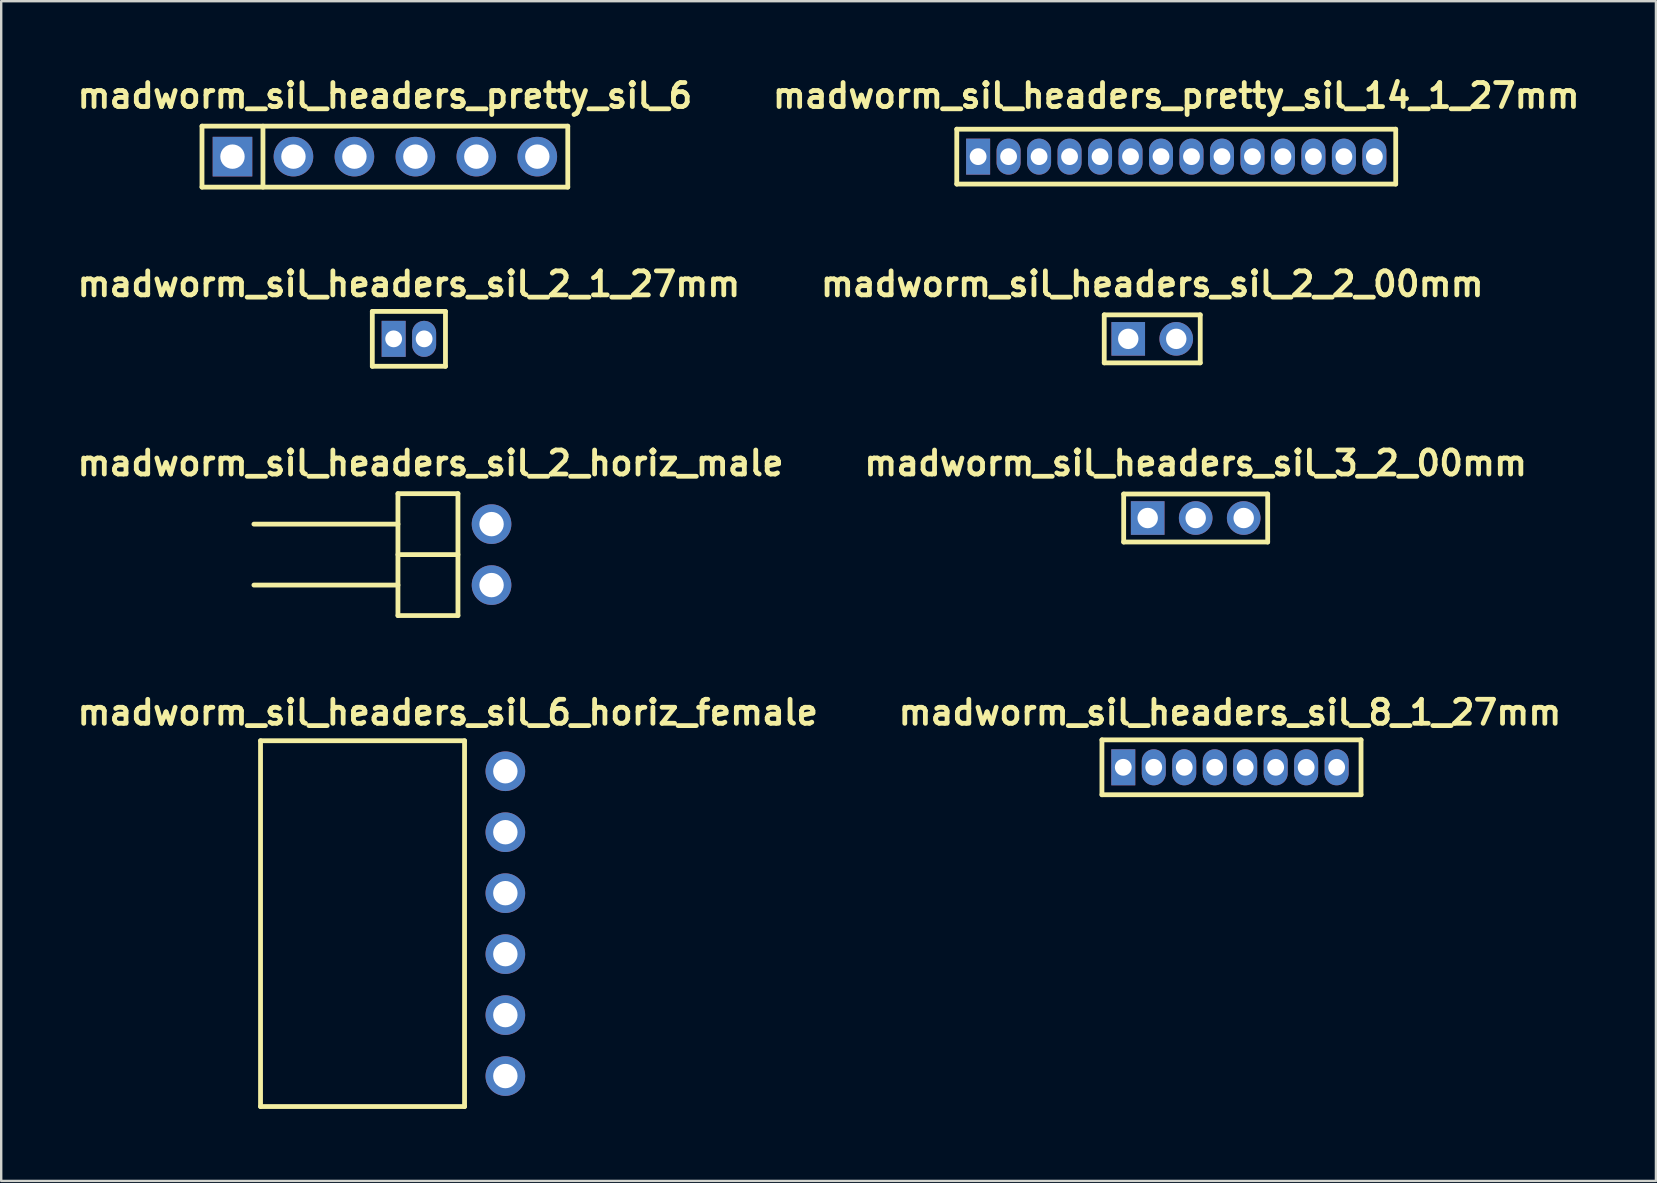
<source format=kicad_pcb>
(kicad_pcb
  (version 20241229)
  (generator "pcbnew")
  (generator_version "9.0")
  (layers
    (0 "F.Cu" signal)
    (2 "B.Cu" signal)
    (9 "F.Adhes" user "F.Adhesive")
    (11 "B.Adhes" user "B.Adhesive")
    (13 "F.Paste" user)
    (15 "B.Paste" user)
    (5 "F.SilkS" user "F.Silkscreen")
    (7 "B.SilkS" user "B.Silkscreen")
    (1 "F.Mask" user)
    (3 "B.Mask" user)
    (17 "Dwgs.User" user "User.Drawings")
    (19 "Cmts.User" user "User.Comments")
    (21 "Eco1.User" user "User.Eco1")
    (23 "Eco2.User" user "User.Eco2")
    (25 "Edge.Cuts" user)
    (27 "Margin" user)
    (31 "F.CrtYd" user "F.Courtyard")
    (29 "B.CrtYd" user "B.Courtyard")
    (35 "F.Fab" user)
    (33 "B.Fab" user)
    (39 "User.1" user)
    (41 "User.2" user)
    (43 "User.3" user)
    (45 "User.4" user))
  (footprint "madworm_sil_headers_pretty_sil_14_1_27mm"
    (layer "F.Cu")
    (at 45.957 3.476)
    (property "Reference" "madworm_sil_headers_pretty_sil_14_1_27mm" (at 0 -2.54 0) (layer "F.SilkS") (effects (font (size 1 1) (thickness 0.2))))
    (attr through_hole)
    (fp_line (start -9.144 -1.143) (end 9.144 -1.143) (stroke (width 0.2) (type solid)) (layer "F.SilkS"))
    (fp_line (start -9.144 1.143) (end -9.144 -1.143) (stroke (width 0.2) (type solid)) (layer "F.SilkS"))
    (fp_line (start 9.144 -1.143) (end 9.144 1.143) (stroke (width 0.2) (type solid)) (layer "F.SilkS"))
    (fp_line (start 9.144 1.143) (end -9.144 1.143) (stroke (width 0.2) (type solid)) (layer "F.SilkS"))
    (pad "1" thru_hole rect (at -8.255 0) (size 1 1.5) (drill 0.7) (layers "*.Cu" "*.Mask"))
    (pad "2" thru_hole oval (at -6.985 0) (size 1 1.5) (drill 0.7) (layers "*.Cu" "*.Mask"))
    (pad "3" thru_hole oval (at -5.715 0) (size 1 1.5) (drill 0.7) (layers "*.Cu" "*.Mask"))
    (pad "4" thru_hole oval (at -4.445 0) (size 1 1.5) (drill 0.7) (layers "*.Cu" "*.Mask"))
    (pad "5" thru_hole oval (at -3.175 0) (size 1 1.5) (drill 0.7) (layers "*.Cu" "*.Mask"))
    (pad "6" thru_hole oval (at -1.905 0) (size 1 1.5) (drill 0.7) (layers "*.Cu" "*.Mask"))
    (pad "7" thru_hole oval (at -0.635 0) (size 1 1.5) (drill 0.7) (layers "*.Cu" "*.Mask"))
    (pad "8" thru_hole oval (at 0.635 0) (size 1 1.5) (drill 0.7) (layers "*.Cu" "*.Mask"))
    (pad "9" thru_hole oval (at 1.905 0) (size 1 1.5) (drill 0.7) (layers "*.Cu" "*.Mask"))
    (pad "10" thru_hole oval (at 3.175 0) (size 1 1.5) (drill 0.7) (layers "*.Cu" "*.Mask"))
    (pad "11" thru_hole oval (at 4.445 0) (size 1 1.5) (drill 0.7) (layers "*.Cu" "*.Mask"))
    (pad "12" thru_hole oval (at 5.715 0) (size 1 1.5) (drill 0.7) (layers "*.Cu" "*.Mask"))
    (pad "13" thru_hole oval (at 6.985 0) (size 1 1.5) (drill 0.7) (layers "*.Cu" "*.Mask"))
    (pad "14" thru_hole oval (at 8.255 0) (size 1 1.5) (drill 0.7) (layers "*.Cu" "*.Mask")))
  (footprint "madworm_sil_headers_sil_2_1_27mm"
    (layer "F.Cu")
    (at 13.986 11.068)
    (property "Reference" "madworm_sil_headers_sil_2_1_27mm" (at 0 -2.286 0) (layer "F.SilkS") (effects (font (size 1 1) (thickness 0.2))))
    (attr through_hole)
    (fp_line (start -1.524 -1.143) (end 1.524 -1.143) (stroke (width 0.2) (type solid)) (layer "F.SilkS"))
    (fp_line (start -1.524 1.143) (end -1.524 -1.143) (stroke (width 0.2) (type solid)) (layer "F.SilkS"))
    (fp_line (start 1.524 -1.143) (end 1.524 1.143) (stroke (width 0.2) (type solid)) (layer "F.SilkS"))
    (fp_line (start 1.524 1.143) (end -1.524 1.143) (stroke (width 0.2) (type solid)) (layer "F.SilkS"))
    (pad "1" thru_hole rect (at -0.635 0) (size 1 1.5) (drill 0.7) (layers "*.Cu" "*.Mask"))
    (pad "2" thru_hole oval (at 0.635 0) (size 1 1.5) (drill 0.7) (layers "*.Cu" "*.Mask")))
  (footprint "madworm_sil_headers_pretty_sil_6"
    (layer "F.Cu")
    (at 12.986 3.476)
    (property "Reference" "madworm_sil_headers_pretty_sil_6" (at 0 -2.54 0) (layer "F.SilkS") (effects (font (size 1 1) (thickness 0.2))))
    (attr through_hole)
    (fp_line (start -7.62 -1.27) (end 7.62 -1.27) (stroke (width 0.2) (type solid)) (layer "F.SilkS"))
    (fp_line (start -7.62 1.27) (end -7.62 -1.27) (stroke (width 0.2) (type solid)) (layer "F.SilkS"))
    (fp_line (start -5.08 1.27) (end -5.08 -1.27) (stroke (width 0.2) (type solid)) (layer "F.SilkS"))
    (fp_line (start 7.62 -1.27) (end 7.62 1.27) (stroke (width 0.2) (type solid)) (layer "F.SilkS"))
    (fp_line (start 7.62 1.27) (end -7.62 1.27) (stroke (width 0.2) (type solid)) (layer "F.SilkS"))
    (pad "1" thru_hole rect (at -6.35 0) (size 1.65 1.65) (drill 1.016) (layers "*.Cu" "*.Mask"))
    (pad "2" thru_hole circle (at -3.81 0) (size 1.65 1.65) (drill 1.016) (layers "*.Cu" "*.Mask"))
    (pad "3" thru_hole circle (at -1.27 0) (size 1.65 1.65) (drill 1.016) (layers "*.Cu" "*.Mask"))
    (pad "4" thru_hole circle (at 1.27 0) (size 1.65 1.65) (drill 1.016) (layers "*.Cu" "*.Mask"))
    (pad "5" thru_hole circle (at 3.81 0) (size 1.65 1.65) (drill 1.016) (layers "*.Cu" "*.Mask"))
    (pad "6" thru_hole circle (at 6.35 0) (size 1.65 1.65) (drill 1.016) (layers "*.Cu" "*.Mask")))
  (footprint "madworm_sil_headers_sil_2_2_00mm"
    (layer "F.Cu")
    (at 44.957 11.068)
    (property "Reference" "madworm_sil_headers_sil_2_2_00mm" (at 0 -2.286 0) (layer "F.SilkS") (effects (font (size 1 1) (thickness 0.2))))
    (attr through_hole)
    (fp_line (start -2 -1) (end -2 1) (stroke (width 0.2) (type solid)) (layer "F.SilkS"))
    (fp_line (start -2 -1) (end 2 -1) (stroke (width 0.2) (type solid)) (layer "F.SilkS"))
    (fp_line (start 2 -1) (end 2 1) (stroke (width 0.2) (type solid)) (layer "F.SilkS"))
    (fp_line (start 2 1) (end -2 1) (stroke (width 0.2) (type solid)) (layer "F.SilkS"))
    (pad "1" thru_hole rect (at -1 0) (size 1.4 1.4) (drill 0.85) (layers "*.Cu" "*.Mask"))
    (pad "2" thru_hole circle (at 1 0) (size 1.4 1.4) (drill 0.85) (layers "*.Cu" "*.Mask")))
  (footprint "madworm_sil_headers_sil_2_horiz_male"
    (layer "F.Cu")
    (at 17.43 20.057)
    (property "Reference" "madworm_sil_headers_sil_2_horiz_male" (at -2.54 -3.81 0) (layer "F.SilkS") (effects (font (size 1 1) (thickness 0.2))))
    (attr through_hole)
    (fp_line (start -3.9 -2.54) (end -3.9 2.54) (stroke (width 0.2) (type solid)) (layer "F.SilkS"))
    (fp_line (start -3.899 -1.27) (end -9.901 -1.27) (stroke (width 0.2) (type solid)) (layer "F.SilkS"))
    (fp_line (start -3.899 1.27) (end -9.901 1.27) (stroke (width 0.2) (type solid)) (layer "F.SilkS"))
    (fp_line (start -1.4 2.54) (end -1.4 -2.54) (stroke (width 0.2) (type solid)) (layer "F.SilkS"))
    (fp_line (start -1.4 -2.54) (end -3.899 -2.54) (stroke (width 0.2) (type solid)) (layer "F.SilkS"))
    (fp_line (start -1.4 0) (end -3.899 0) (stroke (width 0.2) (type solid)) (layer "F.SilkS"))
    (fp_line (start -1.4 2.54) (end -3.899 2.54) (stroke (width 0.2) (type solid)) (layer "F.SilkS"))
    (pad "1" thru_hole circle (at 0 -1.27) (size 1.651 1.651) (drill 1.016) (layers "*.Cu" "*.Mask"))
    (pad "2" thru_hole circle (at 0 1.27) (size 1.651 1.651) (drill 1.016) (layers "*.Cu" "*.Mask")))
  (footprint "madworm_sil_headers_sil_6_horiz_female"
    (layer "F.Cu")
    (at 18.005 35.433)
    (property "Reference" "madworm_sil_headers_sil_6_horiz_female" (at -2.4 -8.8 0) (layer "F.SilkS") (effects (font (size 1 1) (thickness 0.2))))
    (attr through_hole)
    (fp_line (start -10.2 -7.62) (end -10.2 7.62) (stroke (width 0.2) (type solid)) (layer "F.SilkS"))
    (fp_line (start -10.2 7.62) (end -1.7 7.62) (stroke (width 0.2) (type solid)) (layer "F.SilkS"))
    (fp_line (start -1.7 -7.62) (end -10.2 -7.62) (stroke (width 0.2) (type solid)) (layer "F.SilkS"))
    (fp_line (start -1.7 -7.62) (end -1.7 7.62) (stroke (width 0.2) (type solid)) (layer "F.SilkS"))
    (pad "1" thru_hole circle (at 0 -6.35) (size 1.651 1.651) (drill 1.016) (layers "*.Cu" "*.Mask"))
    (pad "2" thru_hole circle (at 0 -3.81) (size 1.651 1.651) (drill 1.016) (layers "*.Cu" "*.Mask"))
    (pad "3" thru_hole circle (at 0 -1.27) (size 1.651 1.651) (drill 1.016) (layers "*.Cu" "*.Mask"))
    (pad "4" thru_hole circle (at 0 1.27) (size 1.651 1.651) (drill 1.016) (layers "*.Cu" "*.Mask"))
    (pad "5" thru_hole circle (at 0 3.81) (size 1.651 1.651) (drill 1.016) (layers "*.Cu" "*.Mask"))
    (pad "6" thru_hole circle (at 0 6.35) (size 1.651 1.651) (drill 1.016) (layers "*.Cu" "*.Mask")))
  (footprint "madworm_sil_headers_sil_8_1_27mm"
    (layer "F.Cu")
    (at 48.195 28.919)
    (property "Reference" "madworm_sil_headers_sil_8_1_27mm" (at 0 -2.286 0) (layer "F.SilkS") (effects (font (size 1 1) (thickness 0.2))))
    (attr through_hole)
    (fp_line (start -5.334 -1.143) (end 5.461 -1.143) (stroke (width 0.2) (type solid)) (layer "F.SilkS"))
    (fp_line (start -5.334 1.143) (end -5.334 -1.143) (stroke (width 0.2) (type solid)) (layer "F.SilkS"))
    (fp_line (start 5.461 -1.143) (end 5.461 1.143) (stroke (width 0.2) (type solid)) (layer "F.SilkS"))
    (fp_line (start 5.461 1.143) (end -5.334 1.143) (stroke (width 0.2) (type solid)) (layer "F.SilkS"))
    (pad "1" thru_hole rect (at -4.445 0) (size 1 1.5) (drill 0.7) (layers "*.Cu" "*.Mask"))
    (pad "2" thru_hole oval (at -3.175 0) (size 1 1.5) (drill 0.7) (layers "*.Cu" "*.Mask"))
    (pad "3" thru_hole oval (at -1.905 0) (size 1 1.5) (drill 0.7) (layers "*.Cu" "*.Mask"))
    (pad "4" thru_hole oval (at -0.635 0) (size 1 1.5) (drill 0.7) (layers "*.Cu" "*.Mask"))
    (pad "5" thru_hole oval (at 0.635 0) (size 1 1.5) (drill 0.7) (layers "*.Cu" "*.Mask"))
    (pad "6" thru_hole oval (at 1.905 0) (size 1 1.5) (drill 0.7) (layers "*.Cu" "*.Mask"))
    (pad "7" thru_hole oval (at 3.175 0) (size 1 1.5) (drill 0.7) (layers "*.Cu" "*.Mask"))
    (pad "8" thru_hole oval (at 4.445 0) (size 1 1.5) (drill 0.7) (layers "*.Cu" "*.Mask")))
  (footprint "madworm_sil_headers_sil_3_2_00mm"
    (layer "F.Cu")
    (at 46.767 18.533)
    (property "Reference" "madworm_sil_headers_sil_3_2_00mm" (at 0 -2.286 0) (layer "F.SilkS") (effects (font (size 1 1) (thickness 0.2))))
    (attr through_hole)
    (fp_line (start -3 -1) (end -3 1) (stroke (width 0.2) (type solid)) (layer "F.SilkS"))
    (fp_line (start -3 -1) (end 3 -1) (stroke (width 0.2) (type solid)) (layer "F.SilkS"))
    (fp_line (start 3 1) (end -3 1) (stroke (width 0.2) (type solid)) (layer "F.SilkS"))
    (fp_line (start 3 1) (end 3 -1) (stroke (width 0.2) (type solid)) (layer "F.SilkS"))
    (pad "1" thru_hole rect (at -2 0) (size 1.4 1.4) (drill 0.85) (layers "*.Cu" "*.Mask"))
    (pad "2" thru_hole circle (at 0 0) (size 1.4 1.4) (drill 0.85) (layers "*.Cu" "*.Mask"))
    (pad "3" thru_hole circle (at 2 0) (size 1.4 1.4) (drill 0.85) (layers "*.Cu" "*.Mask")))
  (gr_rect
    (start -3 -3)
    (end 65.943 46.153)
    (stroke (width 0.1) (type default))
    (fill no)
    (layer "Edge.Cuts")))
</source>
